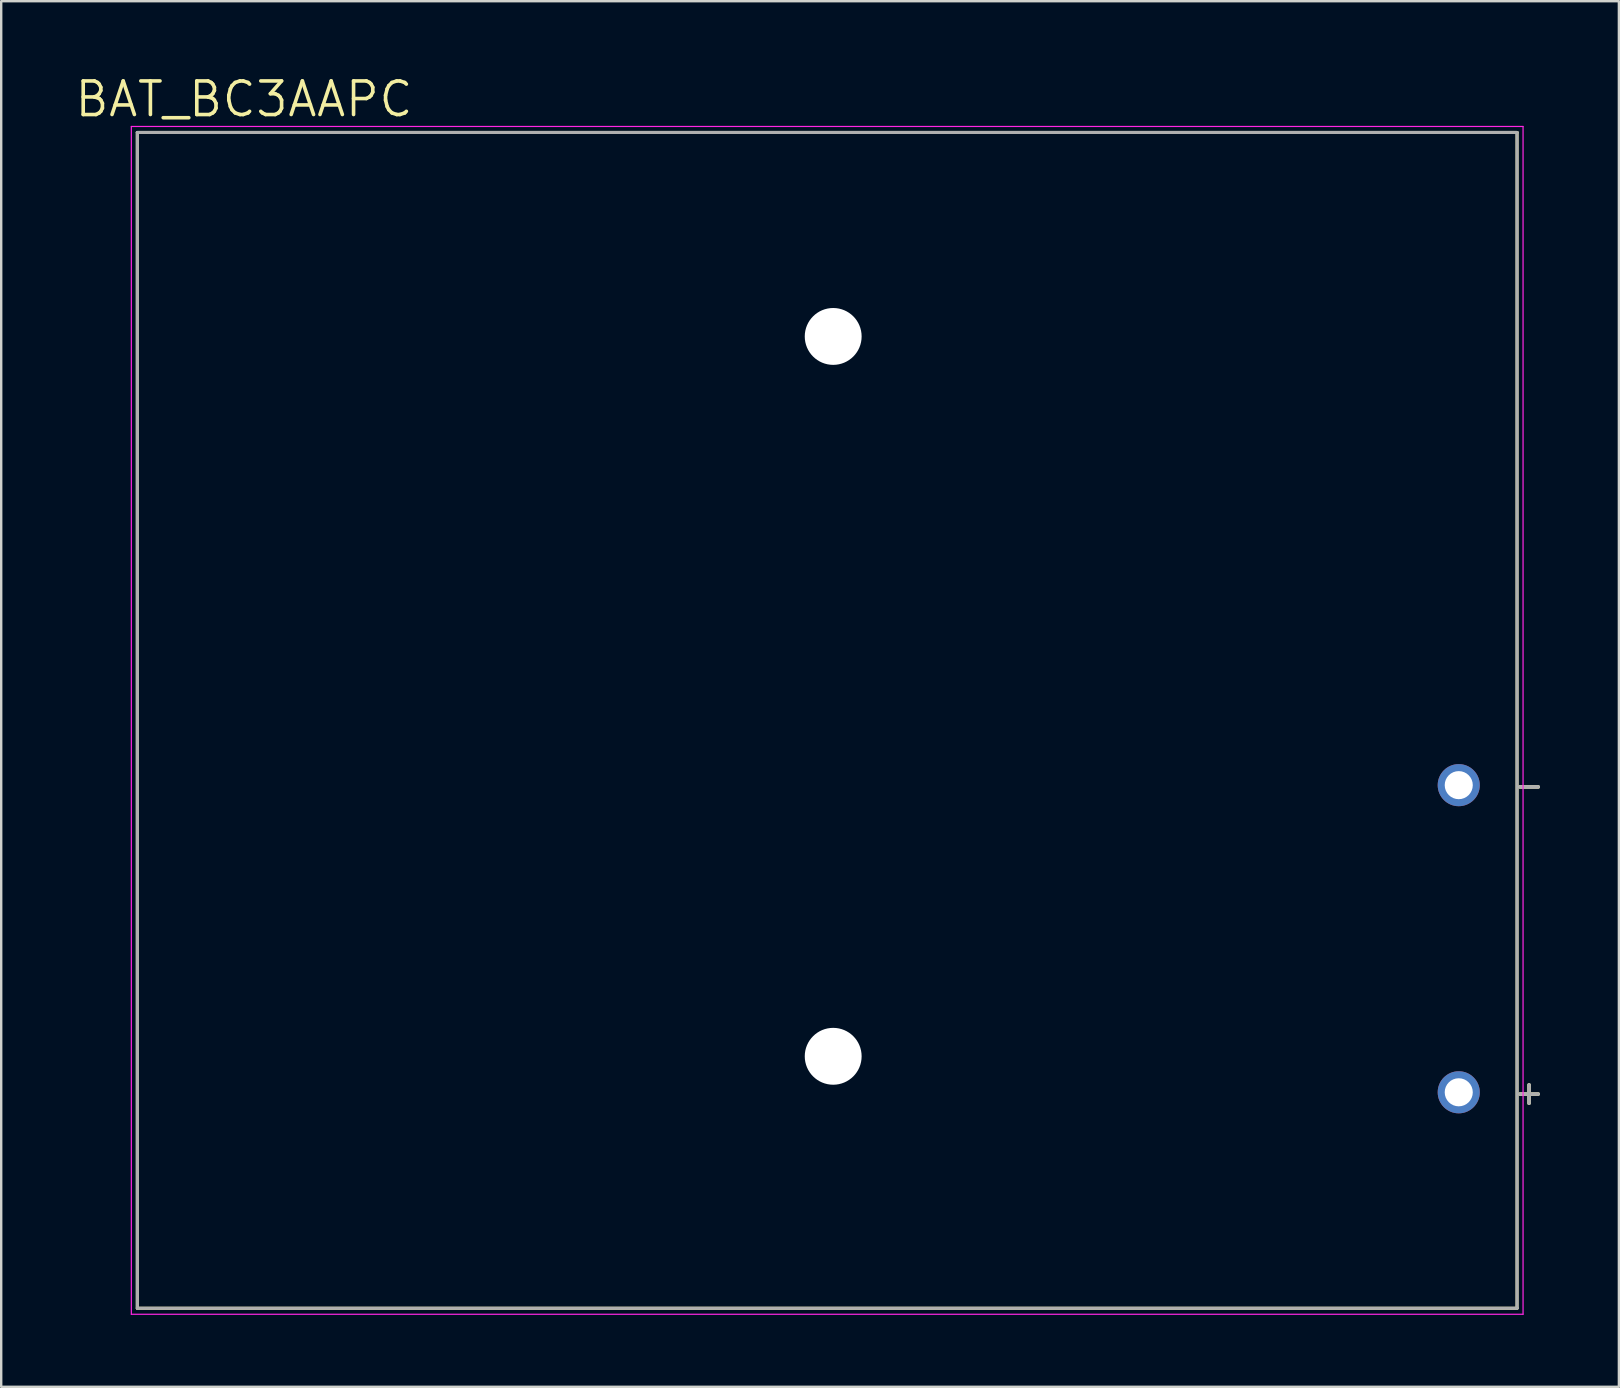
<source format=kicad_pcb>
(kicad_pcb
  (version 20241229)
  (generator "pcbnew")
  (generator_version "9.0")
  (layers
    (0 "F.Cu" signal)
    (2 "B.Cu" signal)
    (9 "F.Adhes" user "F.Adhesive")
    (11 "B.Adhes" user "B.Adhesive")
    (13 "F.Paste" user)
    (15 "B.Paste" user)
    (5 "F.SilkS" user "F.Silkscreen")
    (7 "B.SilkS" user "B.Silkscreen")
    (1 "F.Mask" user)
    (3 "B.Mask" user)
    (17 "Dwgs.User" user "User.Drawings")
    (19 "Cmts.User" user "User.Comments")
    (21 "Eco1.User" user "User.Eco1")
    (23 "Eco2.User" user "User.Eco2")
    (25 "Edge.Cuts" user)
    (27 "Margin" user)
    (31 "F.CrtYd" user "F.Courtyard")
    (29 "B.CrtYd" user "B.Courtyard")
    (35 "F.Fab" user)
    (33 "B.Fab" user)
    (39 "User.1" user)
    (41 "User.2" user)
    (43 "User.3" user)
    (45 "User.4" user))
  (footprint "BAT_BC3AAPC"
    (layer "F.Cu")
    (at 31.423 26.971)
    (property "Reference" "BAT_BC3AAPC" (at -24.305 -25.889 0) (layer "F.SilkS") (effects (font (size 1.4 1.4) (thickness 0.15))))
    (attr through_hole)
    (fp_line (start -28.75 -24.5) (end -28.75 24.5) (stroke (width 0.127) (type solid)) (layer "F.SilkS"))
    (fp_line (start -28.75 -24.5) (end 28.75 -24.5) (stroke (width 0.127) (type solid)) (layer "F.SilkS"))
    (fp_line (start -28.75 24.5) (end 28.75 24.5) (stroke (width 0.127) (type solid)) (layer "F.SilkS"))
    (fp_line (start 28.75 24.5) (end 28.75 -24.5) (stroke (width 0.127) (type solid)) (layer "F.SilkS"))
    (fp_line (start -29 -24.75) (end -29 24.75) (stroke (width 0.05) (type solid)) (layer "F.CrtYd"))
    (fp_line (start -29 24.75) (end 29 24.75) (stroke (width 0.05) (type solid)) (layer "F.CrtYd"))
    (fp_line (start 29 -24.75) (end -29 -24.75) (stroke (width 0.05) (type solid)) (layer "F.CrtYd"))
    (fp_line (start 29 24.75) (end 29 -24.75) (stroke (width 0.05) (type solid)) (layer "F.CrtYd"))
    (fp_line (start -28.75 -24.5) (end 28.75 -24.5) (stroke (width 0.127) (type solid)) (layer "F.Fab"))
    (fp_line (start -28.75 24.5) (end -28.75 -24.5) (stroke (width 0.127) (type solid)) (layer "F.Fab"))
    (fp_line (start 28.75 -24.5) (end 28.75 24.5) (stroke (width 0.127) (type solid)) (layer "F.Fab"))
    (fp_line (start 28.75 24.5) (end -28.75 24.5) (stroke (width 0.127) (type solid)) (layer "F.Fab"))
    (fp_text user "+" (at 29.25 15.5 0) (layer "F.SilkS") (effects (font (size 1 1) (thickness 0.15))))
    (fp_text user "-" (at 29.25 2.7 0) (layer "F.SilkS") (effects (font (size 1 1) (thickness 0.15))))
    (fp_text user "+" (at 29.25 15.5 0) (layer "F.Fab") (effects (font (size 1 1) (thickness 0.15))))
    (fp_text user "-" (at 29.25 2.7 0) (layer "F.Fab") (effects (font (size 1 1) (thickness 0.15))))
    (pad "" np_thru_hole circle (at 0.25 -16) (size 2.37 2.37) (drill 2.37) (layers "*.Cu" "*.Mask"))
    (pad "" np_thru_hole circle (at 0.25 14) (size 2.37 2.37) (drill 2.37) (layers "*.Cu" "*.Mask"))
    (pad "+" thru_hole circle (at 26.32 15.5) (size 1.755 1.755) (drill 1.17) (layers "*.Cu" "*.Mask"))
    (pad "-" thru_hole circle (at 26.32 2.7) (size 1.755 1.755) (drill 1.17) (layers "*.Cu" "*.Mask")))
  (gr_rect
    (start -3 -3)
    (end 64.417 54.746)
    (stroke (width 0.1) (type default))
    (fill no)
    (layer "Edge.Cuts")))
</source>
